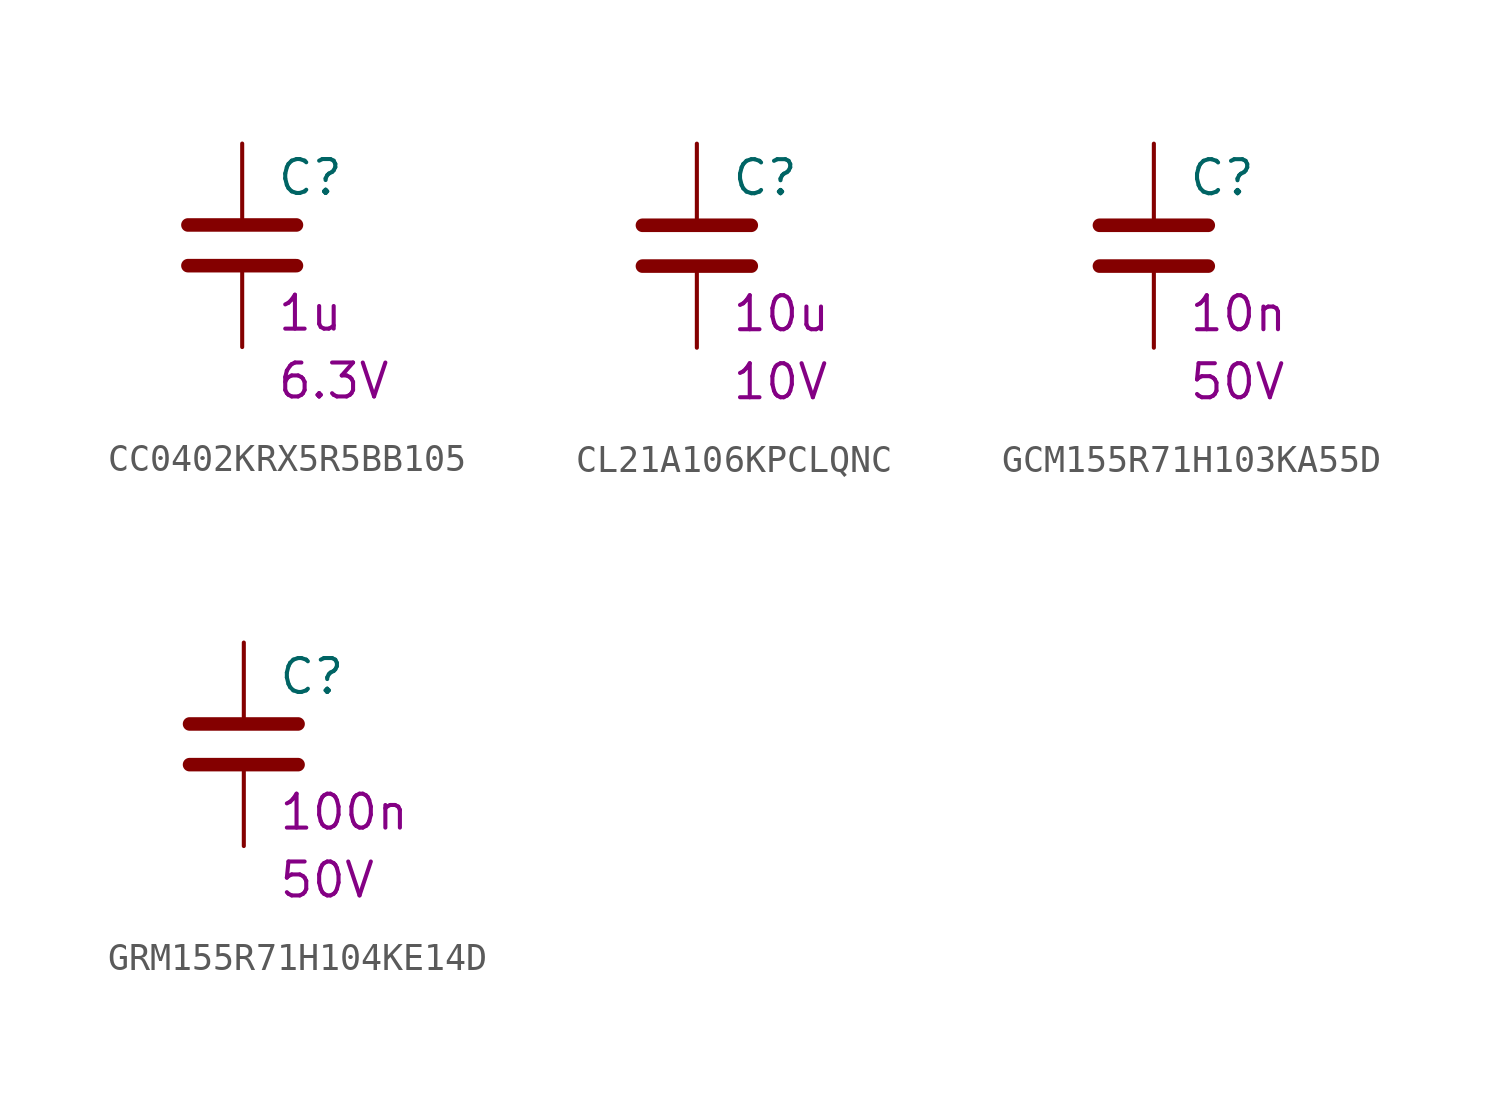
<source format=kicad_sym>
(kicad_symbol_lib
  (version 20210619)
  (generator kicad_symbol_editor)
  (symbol "Capacitor_custom:CC0402KRX5R5BB105"
    (pin_numbers hide)
    (pin_names
      (offset 0.254))
    (property "Reference" "C"
      (at 1.27 2.54 0)
      (effects (font (size 1.27 1.27)) (justify left)))
    (property "Capacitance" "1u"
      (at 1.27 -2.54 0)
      (effects (font (size 1.27 1.27)) (justify left)))
    (property "Voltage" "6.3V"
      (at 1.27 -5.08 0)
      (effects (font (size 1.27 1.27)) (justify left)))
    (symbol "CC0402KRX5R5BB105_0_1"
      (polyline (pts (xy -2.032 -0.762) (xy 2.032 -0.762)) (stroke (width 0.508)) (fill (type none)))
      (polyline (pts (xy -2.032 0.762) (xy 2.032 0.762)) (stroke (width 0.508)) (fill (type none))))
    (symbol "CC0402KRX5R5BB105_1_1"
      (pin passive line (at 0 3.81 270) (length 2.794) (name "~" (effects (font (size 1.27 1.27)))) (number "1" (effects (font (size 1.27 1.27)))))
      (pin passive line (at 0 -3.81 90) (length 2.794) (name "~" (effects (font (size 1.27 1.27)))) (number "2" (effects (font (size 1.27 1.27)))))))
  (symbol "Capacitor_custom:CL21A106KPCLQNC"
    (pin_numbers hide)
    (pin_names
      (offset 0.254))
    (property "Reference" "C"
      (at 1.27 2.54 0)
      (effects (font (size 1.27 1.27)) (justify left)))
    (property "Capacitance" "10u"
      (at 1.27 -2.54 0)
      (effects (font (size 1.27 1.27)) (justify left)))
    (property "Voltage" "10V"
      (at 1.27 -5.08 0)
      (effects (font (size 1.27 1.27)) (justify left)))
    (symbol "CL21A106KPCLQNC_0_1"
      (polyline (pts (xy -2.032 -0.762) (xy 2.032 -0.762)) (stroke (width 0.508)) (fill (type none)))
      (polyline (pts (xy -2.032 0.762) (xy 2.032 0.762)) (stroke (width 0.508)) (fill (type none))))
    (symbol "CL21A106KPCLQNC_1_1"
      (pin passive line (at 0 3.81 270) (length 2.794) (name "~" (effects (font (size 1.27 1.27)))) (number "1" (effects (font (size 1.27 1.27)))))
      (pin passive line (at 0 -3.81 90) (length 2.794) (name "~" (effects (font (size 1.27 1.27)))) (number "2" (effects (font (size 1.27 1.27)))))))
  (symbol "Capacitor_custom:GCM155R71H103KA55D"
    (pin_numbers hide)
    (pin_names
      (offset 0.254))
    (property "Reference" "C"
      (at 1.27 2.54 0)
      (effects (font (size 1.27 1.27)) (justify left)))
    (property "Capacitance" "10n"
      (at 1.27 -2.54 0)
      (effects (font (size 1.27 1.27)) (justify left)))
    (property "Voltage" "50V"
      (at 1.27 -5.08 0)
      (effects (font (size 1.27 1.27)) (justify left)))
    (symbol "GCM155R71H103KA55D_0_1"
      (polyline (pts (xy -2.032 -0.762) (xy 2.032 -0.762)) (stroke (width 0.508)) (fill (type none)))
      (polyline (pts (xy -2.032 0.762) (xy 2.032 0.762)) (stroke (width 0.508)) (fill (type none))))
    (symbol "GCM155R71H103KA55D_1_1"
      (pin passive line (at 0 3.81 270) (length 2.794) (name "~" (effects (font (size 1.27 1.27)))) (number "1" (effects (font (size 1.27 1.27)))))
      (pin passive line (at 0 -3.81 90) (length 2.794) (name "~" (effects (font (size 1.27 1.27)))) (number "2" (effects (font (size 1.27 1.27)))))))
  (symbol "Capacitor_custom:GRM155R71H104KE14D"
    (pin_numbers hide)
    (pin_names
      (offset 0.254))
    (property "Reference" "C"
      (at 1.27 2.54 0)
      (effects (font (size 1.27 1.27)) (justify left)))
    (property "Capacitance" "100n"
      (at 1.27 -2.54 0)
      (effects (font (size 1.27 1.27)) (justify left)))
    (property "Voltage" "50V"
      (at 1.27 -5.08 0)
      (effects (font (size 1.27 1.27)) (justify left)))
    (symbol "GRM155R71H104KE14D_0_1"
      (polyline (pts (xy -2.032 -0.762) (xy 2.032 -0.762)) (stroke (width 0.508)) (fill (type none)))
      (polyline (pts (xy -2.032 0.762) (xy 2.032 0.762)) (stroke (width 0.508)) (fill (type none))))
    (symbol "GRM155R71H104KE14D_1_1"
      (pin passive line (at 0 3.81 270) (length 2.794) (name "~" (effects (font (size 1.27 1.27)))) (number "1" (effects (font (size 1.27 1.27)))))
      (pin passive line (at 0 -3.81 90) (length 2.794) (name "~" (effects (font (size 1.27 1.27)))) (number "2" (effects (font (size 1.27 1.27))))))))
</source>
